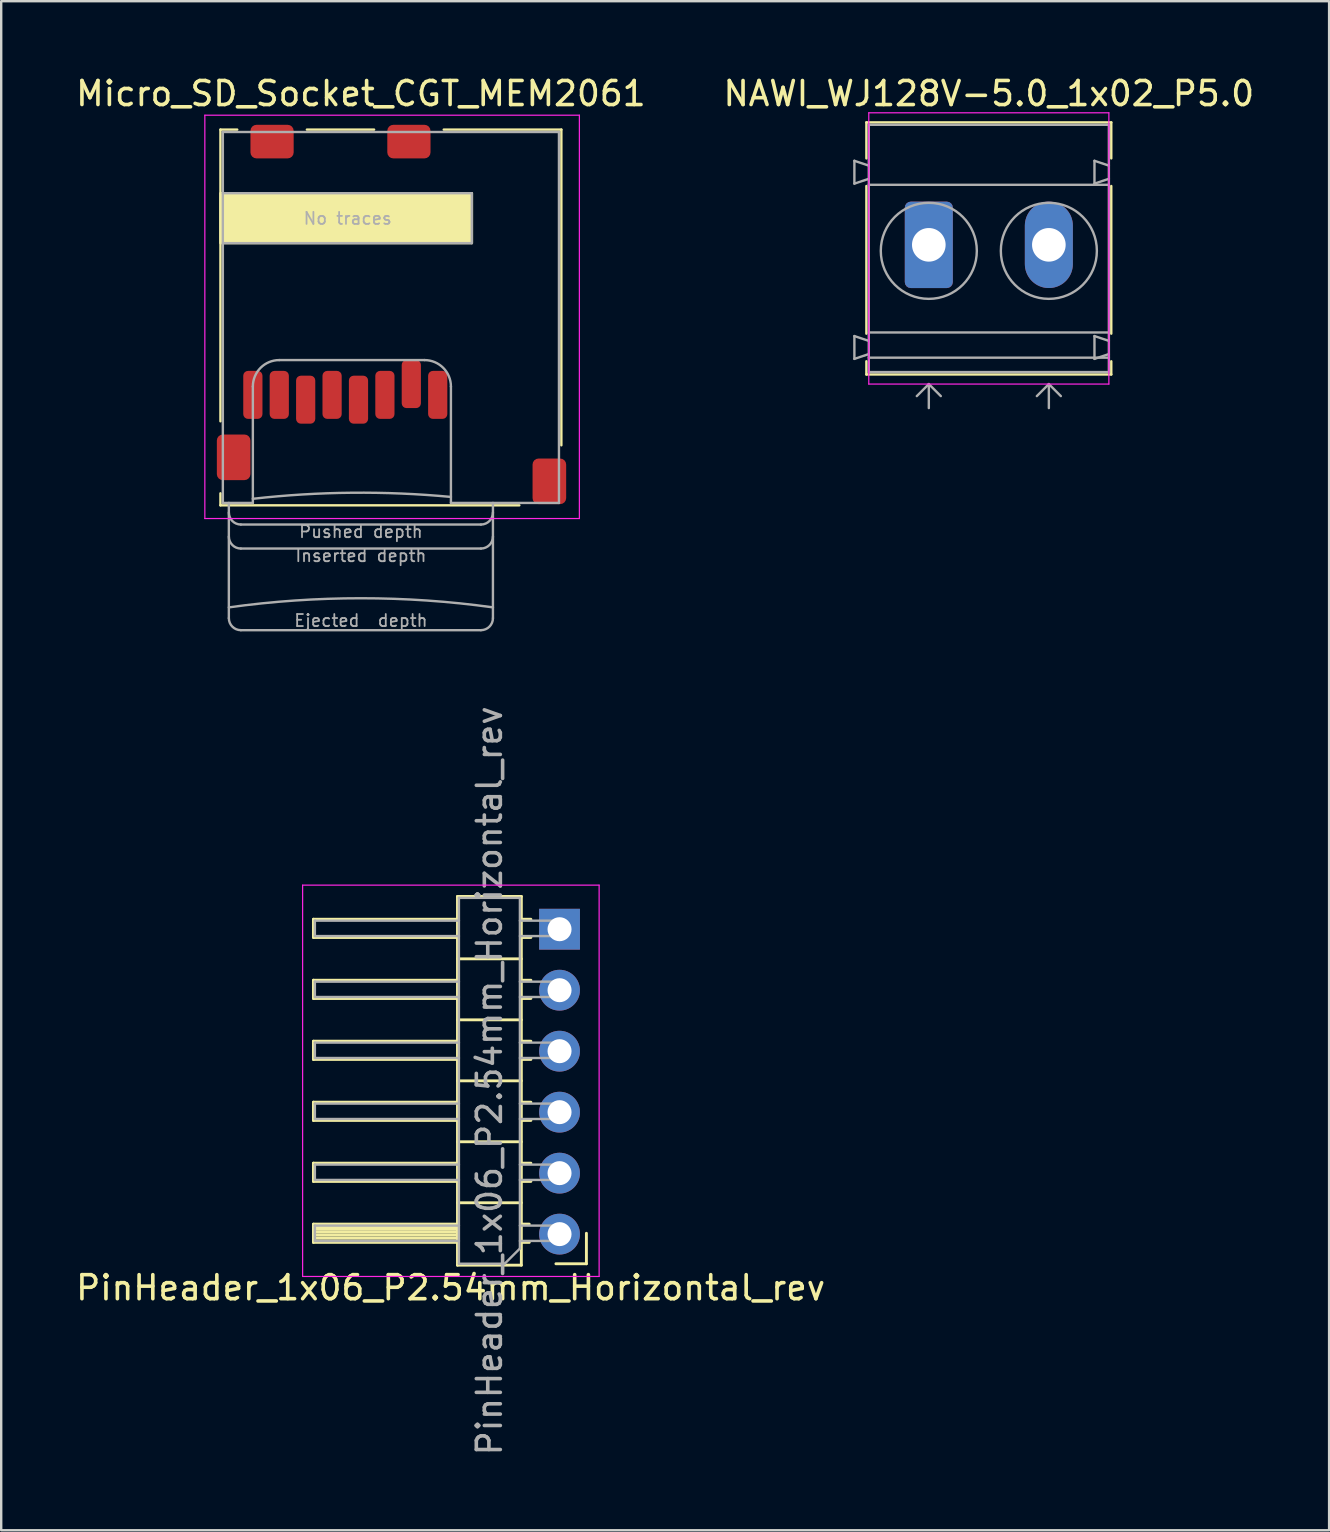
<source format=kicad_pcb>
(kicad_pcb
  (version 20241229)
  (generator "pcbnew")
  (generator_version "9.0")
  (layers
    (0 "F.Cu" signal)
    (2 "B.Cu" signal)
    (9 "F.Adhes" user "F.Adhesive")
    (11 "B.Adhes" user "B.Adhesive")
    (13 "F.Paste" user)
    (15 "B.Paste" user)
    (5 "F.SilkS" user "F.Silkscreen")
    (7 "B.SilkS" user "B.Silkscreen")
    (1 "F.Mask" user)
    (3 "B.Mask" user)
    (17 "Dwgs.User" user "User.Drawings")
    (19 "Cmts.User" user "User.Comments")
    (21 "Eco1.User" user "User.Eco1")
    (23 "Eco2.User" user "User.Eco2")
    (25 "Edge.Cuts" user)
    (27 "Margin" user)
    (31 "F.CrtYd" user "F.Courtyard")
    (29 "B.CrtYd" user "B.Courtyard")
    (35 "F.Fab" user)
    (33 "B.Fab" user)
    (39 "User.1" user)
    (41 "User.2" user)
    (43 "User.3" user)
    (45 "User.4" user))
  (footprint "NAWI_WJ128V-5.0_1x02_P5.0"
    (layer "F.Cu")
    (at 38.137 7.148)
    (property "Reference" "NAWI_WJ128V-5.0_1x02_P5.0" (at 0 -6.3 0) (layer "F.SilkS") (effects (font (size 1 1) (thickness 0.15))))
    (attr through_hole)
    (fp_line (start -5.1 -5.1) (end -5.1 -3.6) (stroke (width 0.1) (type solid)) (layer "F.SilkS"))
    (fp_line (start -5.1 -5.1) (end 5.1 -5.1) (stroke (width 0.1) (type solid)) (layer "F.SilkS"))
    (fp_line (start -5.1 -2.45) (end -5.1 3.7) (stroke (width 0.1) (type solid)) (layer "F.SilkS"))
    (fp_line (start -5.1 4.85) (end -5.1 5.4) (stroke (width 0.1) (type solid)) (layer "F.SilkS"))
    (fp_line (start -5.1 5.4) (end 5.1 5.4) (stroke (width 0.1) (type solid)) (layer "F.SilkS"))
    (fp_line (start 5.1 -5.1) (end 5.1 -3.6) (stroke (width 0.1) (type solid)) (layer "F.SilkS"))
    (fp_line (start 5.1 -2.45) (end 5.1 3.7) (stroke (width 0.1) (type solid)) (layer "F.SilkS"))
    (fp_line (start 5.1 4.85) (end 5.1 5.4) (stroke (width 0.1) (type solid)) (layer "F.SilkS"))
    (fp_line (start -5 -5.5) (end -5 5.8) (stroke (width 0.05) (type solid)) (layer "F.CrtYd"))
    (fp_line (start -5 5.8) (end 5 5.8) (stroke (width 0.05) (type solid)) (layer "F.CrtYd"))
    (fp_line (start 5 -5.5) (end -5 -5.5) (stroke (width 0.05) (type solid)) (layer "F.CrtYd"))
    (fp_line (start 5 5.8) (end 5 -5.5) (stroke (width 0.05) (type solid)) (layer "F.CrtYd"))
    (fp_line (start -5.6 -3.5) (end -5.6 -2.55) (stroke (width 0.1) (type solid)) (layer "F.Fab"))
    (fp_line (start -5.6 -2.55) (end -5 -2.75) (stroke (width 0.1) (type solid)) (layer "F.Fab"))
    (fp_line (start -5.6 3.8) (end -5.6 4.75) (stroke (width 0.1) (type solid)) (layer "F.Fab"))
    (fp_line (start -5.6 4.75) (end -5 4.55) (stroke (width 0.1) (type solid)) (layer "F.Fab"))
    (fp_line (start -5 -5) (end -5 5.3) (stroke (width 0.1) (type solid)) (layer "F.Fab"))
    (fp_line (start -5 -3.3) (end -5.6 -3.5) (stroke (width 0.1) (type solid)) (layer "F.Fab"))
    (fp_line (start -5 4) (end -5.6 3.8) (stroke (width 0.1) (type solid)) (layer "F.Fab"))
    (fp_line (start -5 5.3) (end 5 5.3) (stroke (width 0.1) (type solid)) (layer "F.Fab"))
    (fp_line (start -3 6.3) (end -2.5 5.8) (stroke (width 0.1) (type solid)) (layer "F.Fab"))
    (fp_line (start -2.5 5.8) (end -2.5 6.8) (stroke (width 0.1) (type solid)) (layer "F.Fab"))
    (fp_line (start -2.5 5.8) (end -2 6.3) (stroke (width 0.1) (type solid)) (layer "F.Fab"))
    (fp_line (start 2 6.3) (end 2.5 5.8) (stroke (width 0.1) (type solid)) (layer "F.Fab"))
    (fp_line (start 2.5 5.8) (end 2.5 6.8) (stroke (width 0.1) (type solid)) (layer "F.Fab"))
    (fp_line (start 2.5 5.8) (end 3 6.3) (stroke (width 0.1) (type solid)) (layer "F.Fab"))
    (fp_line (start 4.4 -3.5) (end 4.4 -2.55) (stroke (width 0.1) (type solid)) (layer "F.Fab"))
    (fp_line (start 4.4 -2.55) (end 5 -2.75) (stroke (width 0.1) (type solid)) (layer "F.Fab"))
    (fp_line (start 4.4 3.8) (end 4.4 4.75) (stroke (width 0.1) (type solid)) (layer "F.Fab"))
    (fp_line (start 4.4 4.75) (end 5 4.55) (stroke (width 0.1) (type solid)) (layer "F.Fab"))
    (fp_line (start 5 -5) (end -5 -5) (stroke (width 0.1) (type solid)) (layer "F.Fab"))
    (fp_line (start 5 -3.3) (end 4.4 -3.5) (stroke (width 0.1) (type solid)) (layer "F.Fab"))
    (fp_line (start 5 -2.5) (end -5 -2.5) (stroke (width 0.1) (type solid)) (layer "F.Fab"))
    (fp_line (start 5 3.65) (end -5 3.65) (stroke (width 0.1) (type solid)) (layer "F.Fab"))
    (fp_line (start 5 4) (end 4.4 3.8) (stroke (width 0.1) (type solid)) (layer "F.Fab"))
    (fp_line (start 5 4.7) (end -5 4.7) (stroke (width 0.1) (type solid)) (layer "F.Fab"))
    (fp_line (start 5 5.3) (end 5 -5) (stroke (width 0.1) (type solid)) (layer "F.Fab"))
    (fp_circle (center -2.5 0.25) (end -0.5 0.25) (stroke (width 0.1) (type solid)) (fill no) (layer "F.Fab"))
    (fp_circle (center 2.5 0.25) (end 4.5 0.25) (stroke (width 0.1) (type solid)) (fill no) (layer "F.Fab"))
    (pad "1" thru_hole roundrect (at -2.5 0) (size 2 3.6) (drill 1.4) (layers "*.Cu" "*.Mask") (roundrect_rratio 0.125))
    (pad "2" thru_hole oval (at 2.5 0) (size 2 3.6) (drill 1.4) (layers "*.Cu" "*.Mask")))
  (footprint "PinHeader_1x06_P2.54mm_Horizontal_rev"
    (layer "F.Cu")
    (at 20.256 35.654)
    (property "Reference" "PinHeader_1x06_P2.54mm_Horizontal_rev" (at -4.536 14.934 180) (layer "F.SilkS") (effects (font (size 1 1) (thickness 0.15))))
    (attr through_hole)
    (fp_line (start -10.251 -0.416) (end -4.251 -0.416) (stroke (width 0.12) (type solid)) (layer "F.SilkS"))
    (fp_line (start -10.251 0.344) (end -10.251 -0.416) (stroke (width 0.12) (type solid)) (layer "F.SilkS"))
    (fp_line (start -10.251 2.124) (end -4.251 2.124) (stroke (width 0.12) (type solid)) (layer "F.SilkS"))
    (fp_line (start -10.251 2.884) (end -10.251 2.124) (stroke (width 0.12) (type solid)) (layer "F.SilkS"))
    (fp_line (start -10.251 4.664) (end -4.251 4.664) (stroke (width 0.12) (type solid)) (layer "F.SilkS"))
    (fp_line (start -10.251 5.424) (end -10.251 4.664) (stroke (width 0.12) (type solid)) (layer "F.SilkS"))
    (fp_line (start -10.251 7.204) (end -4.251 7.204) (stroke (width 0.12) (type solid)) (layer "F.SilkS"))
    (fp_line (start -10.251 7.964) (end -10.251 7.204) (stroke (width 0.12) (type solid)) (layer "F.SilkS"))
    (fp_line (start -10.251 9.744) (end -4.251 9.744) (stroke (width 0.12) (type solid)) (layer "F.SilkS"))
    (fp_line (start -10.251 10.504) (end -10.251 9.744) (stroke (width 0.12) (type solid)) (layer "F.SilkS"))
    (fp_line (start -10.251 12.284) (end -4.251 12.284) (stroke (width 0.12) (type solid)) (layer "F.SilkS"))
    (fp_line (start -10.251 13.044) (end -10.251 12.284) (stroke (width 0.12) (type solid)) (layer "F.SilkS"))
    (fp_line (start -4.251 -1.366) (end -4.251 13.994) (stroke (width 0.12) (type solid)) (layer "F.SilkS"))
    (fp_line (start -4.251 0.344) (end -10.251 0.344) (stroke (width 0.12) (type solid)) (layer "F.SilkS"))
    (fp_line (start -4.251 2.884) (end -10.251 2.884) (stroke (width 0.12) (type solid)) (layer "F.SilkS"))
    (fp_line (start -4.251 5.424) (end -10.251 5.424) (stroke (width 0.12) (type solid)) (layer "F.SilkS"))
    (fp_line (start -4.251 7.964) (end -10.251 7.964) (stroke (width 0.12) (type solid)) (layer "F.SilkS"))
    (fp_line (start -4.251 10.504) (end -10.251 10.504) (stroke (width 0.12) (type solid)) (layer "F.SilkS"))
    (fp_line (start -4.251 12.384) (end -10.251 12.384) (stroke (width 0.12) (type solid)) (layer "F.SilkS"))
    (fp_line (start -4.251 12.504) (end -10.251 12.504) (stroke (width 0.12) (type solid)) (layer "F.SilkS"))
    (fp_line (start -4.251 12.624) (end -10.251 12.624) (stroke (width 0.12) (type solid)) (layer "F.SilkS"))
    (fp_line (start -4.251 12.744) (end -10.251 12.744) (stroke (width 0.12) (type solid)) (layer "F.SilkS"))
    (fp_line (start -4.251 12.864) (end -10.251 12.864) (stroke (width 0.12) (type solid)) (layer "F.SilkS"))
    (fp_line (start -4.251 12.984) (end -10.251 12.984) (stroke (width 0.12) (type solid)) (layer "F.SilkS"))
    (fp_line (start -4.251 13.044) (end -10.251 13.044) (stroke (width 0.12) (type solid)) (layer "F.SilkS"))
    (fp_line (start -4.251 13.994) (end -1.591 13.994) (stroke (width 0.12) (type solid)) (layer "F.SilkS"))
    (fp_line (start -1.591 -1.366) (end -4.251 -1.366) (stroke (width 0.12) (type solid)) (layer "F.SilkS"))
    (fp_line (start -1.591 1.234) (end -4.251 1.234) (stroke (width 0.12) (type solid)) (layer "F.SilkS"))
    (fp_line (start -1.591 3.774) (end -4.251 3.774) (stroke (width 0.12) (type solid)) (layer "F.SilkS"))
    (fp_line (start -1.591 6.314) (end -4.251 6.314) (stroke (width 0.12) (type solid)) (layer "F.SilkS"))
    (fp_line (start -1.591 8.854) (end -4.251 8.854) (stroke (width 0.12) (type solid)) (layer "F.SilkS"))
    (fp_line (start -1.591 11.394) (end -4.251 11.394) (stroke (width 0.12) (type solid)) (layer "F.SilkS"))
    (fp_line (start -1.591 13.994) (end -1.591 -1.366) (stroke (width 0.12) (type solid)) (layer "F.SilkS"))
    (fp_line (start -1.261 12.284) (end -1.591 12.284) (stroke (width 0.12) (type solid)) (layer "F.SilkS"))
    (fp_line (start -1.261 13.044) (end -1.591 13.044) (stroke (width 0.12) (type solid)) (layer "F.SilkS"))
    (fp_line (start -1.194 -0.416) (end -1.591 -0.416) (stroke (width 0.12) (type solid)) (layer "F.SilkS"))
    (fp_line (start -1.194 0.344) (end -1.591 0.344) (stroke (width 0.12) (type solid)) (layer "F.SilkS"))
    (fp_line (start -1.194 2.124) (end -1.591 2.124) (stroke (width 0.12) (type solid)) (layer "F.SilkS"))
    (fp_line (start -1.194 2.884) (end -1.591 2.884) (stroke (width 0.12) (type solid)) (layer "F.SilkS"))
    (fp_line (start -1.194 4.664) (end -1.591 4.664) (stroke (width 0.12) (type solid)) (layer "F.SilkS"))
    (fp_line (start -1.194 5.424) (end -1.591 5.424) (stroke (width 0.12) (type solid)) (layer "F.SilkS"))
    (fp_line (start -1.194 7.204) (end -1.591 7.204) (stroke (width 0.12) (type solid)) (layer "F.SilkS"))
    (fp_line (start -1.194 7.964) (end -1.591 7.964) (stroke (width 0.12) (type solid)) (layer "F.SilkS"))
    (fp_line (start -1.194 9.744) (end -1.591 9.744) (stroke (width 0.12) (type solid)) (layer "F.SilkS"))
    (fp_line (start -1.194 10.504) (end -1.591 10.504) (stroke (width 0.12) (type solid)) (layer "F.SilkS"))
    (fp_line (start 1.119 12.664) (end 1.119 13.934) (stroke (width 0.12) (type solid)) (layer "F.SilkS"))
    (fp_line (start 1.119 13.934) (end -0.151 13.934) (stroke (width 0.12) (type solid)) (layer "F.SilkS"))
    (fp_line (start -10.701 -1.836) (end -10.701 14.464) (stroke (width 0.05) (type solid)) (layer "F.CrtYd"))
    (fp_line (start -10.701 14.464) (end 1.649 14.464) (stroke (width 0.05) (type solid)) (layer "F.CrtYd"))
    (fp_line (start 1.649 -1.836) (end -10.701 -1.836) (stroke (width 0.05) (type solid)) (layer "F.CrtYd"))
    (fp_line (start 1.649 14.464) (end 1.649 -1.836) (stroke (width 0.05) (type solid)) (layer "F.CrtYd"))
    (fp_line (start -10.191 0.284) (end -10.191 -0.356) (stroke (width 0.1) (type solid)) (layer "F.Fab"))
    (fp_line (start -10.191 2.824) (end -10.191 2.184) (stroke (width 0.1) (type solid)) (layer "F.Fab"))
    (fp_line (start -10.191 5.364) (end -10.191 4.724) (stroke (width 0.1) (type solid)) (layer "F.Fab"))
    (fp_line (start -10.191 7.904) (end -10.191 7.264) (stroke (width 0.1) (type solid)) (layer "F.Fab"))
    (fp_line (start -10.191 10.444) (end -10.191 9.804) (stroke (width 0.1) (type solid)) (layer "F.Fab"))
    (fp_line (start -10.191 12.984) (end -10.191 12.344) (stroke (width 0.1) (type solid)) (layer "F.Fab"))
    (fp_line (start -4.191 -1.306) (end -1.651 -1.306) (stroke (width 0.1) (type solid)) (layer "F.Fab"))
    (fp_line (start -4.191 -0.356) (end -10.191 -0.356) (stroke (width 0.1) (type solid)) (layer "F.Fab"))
    (fp_line (start -4.191 0.284) (end -10.191 0.284) (stroke (width 0.1) (type solid)) (layer "F.Fab"))
    (fp_line (start -4.191 2.184) (end -10.191 2.184) (stroke (width 0.1) (type solid)) (layer "F.Fab"))
    (fp_line (start -4.191 2.824) (end -10.191 2.824) (stroke (width 0.1) (type solid)) (layer "F.Fab"))
    (fp_line (start -4.191 4.724) (end -10.191 4.724) (stroke (width 0.1) (type solid)) (layer "F.Fab"))
    (fp_line (start -4.191 5.364) (end -10.191 5.364) (stroke (width 0.1) (type solid)) (layer "F.Fab"))
    (fp_line (start -4.191 7.264) (end -10.191 7.264) (stroke (width 0.1) (type solid)) (layer "F.Fab"))
    (fp_line (start -4.191 7.904) (end -10.191 7.904) (stroke (width 0.1) (type solid)) (layer "F.Fab"))
    (fp_line (start -4.191 9.804) (end -10.191 9.804) (stroke (width 0.1) (type solid)) (layer "F.Fab"))
    (fp_line (start -4.191 10.444) (end -10.191 10.444) (stroke (width 0.1) (type solid)) (layer "F.Fab"))
    (fp_line (start -4.191 12.344) (end -10.191 12.344) (stroke (width 0.1) (type solid)) (layer "F.Fab"))
    (fp_line (start -4.191 12.984) (end -10.191 12.984) (stroke (width 0.1) (type solid)) (layer "F.Fab"))
    (fp_line (start -4.191 13.934) (end -4.191 -1.306) (stroke (width 0.1) (type solid)) (layer "F.Fab"))
    (fp_line (start -2.286 13.934) (end -4.191 13.934) (stroke (width 0.1) (type solid)) (layer "F.Fab"))
    (fp_line (start -1.651 -1.306) (end -1.651 13.299) (stroke (width 0.1) (type solid)) (layer "F.Fab"))
    (fp_line (start -1.651 13.299) (end -2.286 13.934) (stroke (width 0.1) (type solid)) (layer "F.Fab"))
    (fp_line (start 0.169 -0.356) (end -1.651 -0.356) (stroke (width 0.1) (type solid)) (layer "F.Fab"))
    (fp_line (start 0.169 0.284) (end -1.651 0.284) (stroke (width 0.1) (type solid)) (layer "F.Fab"))
    (fp_line (start 0.169 0.284) (end 0.169 -0.356) (stroke (width 0.1) (type solid)) (layer "F.Fab"))
    (fp_line (start 0.169 2.184) (end -1.651 2.184) (stroke (width 0.1) (type solid)) (layer "F.Fab"))
    (fp_line (start 0.169 2.824) (end -1.651 2.824) (stroke (width 0.1) (type solid)) (layer "F.Fab"))
    (fp_line (start 0.169 2.824) (end 0.169 2.184) (stroke (width 0.1) (type solid)) (layer "F.Fab"))
    (fp_line (start 0.169 4.724) (end -1.651 4.724) (stroke (width 0.1) (type solid)) (layer "F.Fab"))
    (fp_line (start 0.169 5.364) (end -1.651 5.364) (stroke (width 0.1) (type solid)) (layer "F.Fab"))
    (fp_line (start 0.169 5.364) (end 0.169 4.724) (stroke (width 0.1) (type solid)) (layer "F.Fab"))
    (fp_line (start 0.169 7.264) (end -1.651 7.264) (stroke (width 0.1) (type solid)) (layer "F.Fab"))
    (fp_line (start 0.169 7.904) (end -1.651 7.904) (stroke (width 0.1) (type solid)) (layer "F.Fab"))
    (fp_line (start 0.169 7.904) (end 0.169 7.264) (stroke (width 0.1) (type solid)) (layer "F.Fab"))
    (fp_line (start 0.169 9.804) (end -1.651 9.804) (stroke (width 0.1) (type solid)) (layer "F.Fab"))
    (fp_line (start 0.169 10.444) (end -1.651 10.444) (stroke (width 0.1) (type solid)) (layer "F.Fab"))
    (fp_line (start 0.169 10.444) (end 0.169 9.804) (stroke (width 0.1) (type solid)) (layer "F.Fab"))
    (fp_line (start 0.169 12.344) (end -1.651 12.344) (stroke (width 0.1) (type solid)) (layer "F.Fab"))
    (fp_line (start 0.169 12.984) (end -1.651 12.984) (stroke (width 0.1) (type solid)) (layer "F.Fab"))
    (fp_line (start 0.169 12.984) (end 0.169 12.344) (stroke (width 0.1) (type solid)) (layer "F.Fab"))
    (fp_text user "${REFERENCE}" (at -2.921 6.314 270) (layer "F.Fab") (effects (font (size 1 1) (thickness 0.15))))
    (pad "1" thru_hole rect (at 0 0) (size 1.7 1.7) (drill 1) (layers "*.Cu" "*.Mask"))
    (pad "2" thru_hole oval (at 0 2.54) (size 1.7 1.7) (drill 1) (layers "*.Cu" "*.Mask"))
    (pad "3" thru_hole oval (at 0 5.08) (size 1.7 1.7) (drill 1) (layers "*.Cu" "*.Mask"))
    (pad "4" thru_hole oval (at 0 7.62) (size 1.7 1.7) (drill 1) (layers "*.Cu" "*.Mask"))
    (pad "5" thru_hole oval (at 0 10.16) (size 1.7 1.7) (drill 1) (layers "*.Cu" "*.Mask"))
    (pad "6" thru_hole oval (at 0 12.7) (size 1.7 1.7) (drill 1) (layers "*.Cu" "*.Mask")))
  (footprint "Micro_SD_Socket_CGT_MEM2061"
    (layer "F.Cu")
    (at 11.982 10.148)
    (property "Reference" "Micro_SD_Socket_CGT_MEM2061" (at 0 -9.3 0) (layer "F.SilkS") (effects (font (size 1 1) (thickness 0.15))))
    (attr smd)
    (fp_line (start -5.85 -7.8) (end -5.15 -7.8) (stroke (width 0.1) (type solid)) (layer "F.SilkS"))
    (fp_line (start -5.85 4.35) (end -5.85 -7.8) (stroke (width 0.1) (type solid)) (layer "F.SilkS"))
    (fp_line (start -5.85 7.35) (end -5.85 7.85) (stroke (width 0.1) (type solid)) (layer "F.SilkS"))
    (fp_line (start -5.85 7.85) (end 6.6 7.85) (stroke (width 0.1) (type solid)) (layer "F.SilkS"))
    (fp_line (start -2.25 -7.8) (end 0.55 -7.8) (stroke (width 0.1) (type solid)) (layer "F.SilkS"))
    (fp_line (start 3.45 -7.8) (end 8.35 -7.8) (stroke (width 0.1) (type solid)) (layer "F.SilkS"))
    (fp_line (start 8.35 5.35) (end 8.35 -7.8) (stroke (width 0.1) (type solid)) (layer "F.SilkS"))
    (fp_poly (pts (xy 4.625 -3.075) (xy -5.85 -3.075) (xy -5.85 -5.15) (xy 4.625 -5.15)) (stroke (width 0.1) (type solid)) (fill yes) (layer "F.SilkS"))
    (fp_line (start -6.5 -8.4) (end -6.5 8.4) (stroke (width 0.05) (type solid)) (layer "F.CrtYd"))
    (fp_line (start -6.5 8.4) (end 9.1 8.4) (stroke (width 0.05) (type solid)) (layer "F.CrtYd"))
    (fp_line (start 9.1 -8.4) (end -6.5 -8.4) (stroke (width 0.05) (type solid)) (layer "F.CrtYd"))
    (fp_line (start 9.1 8.4) (end 9.1 -8.4) (stroke (width 0.05) (type solid)) (layer "F.CrtYd"))
    (fp_line (start -5.75 -7.7) (end -5.75 7.75) (stroke (width 0.1) (type solid)) (layer "F.Fab"))
    (fp_line (start -5.75 -7.7) (end 8.25 -7.7) (stroke (width 0.1) (type solid)) (layer "F.Fab"))
    (fp_line (start -5.75 -5.15) (end 4.62 -5.15) (stroke (width 0.1) (type solid)) (layer "F.Fab"))
    (fp_line (start -5.75 -3.07) (end 4.62 -3.07) (stroke (width 0.1) (type solid)) (layer "F.Fab"))
    (fp_line (start -5.5 7.75) (end -5.5 12.55) (stroke (width 0.1) (type solid)) (layer "F.Fab"))
    (fp_line (start -5 8.65) (end 5 8.65) (stroke (width 0.1) (type solid)) (layer "F.Fab"))
    (fp_line (start -5 9.65) (end 5 9.65) (stroke (width 0.1) (type solid)) (layer "F.Fab"))
    (fp_line (start -5 13.05) (end 5 13.05) (stroke (width 0.1) (type solid)) (layer "F.Fab"))
    (fp_line (start -4.5 7.75) (end -5.75 7.75) (stroke (width 0.1) (type solid)) (layer "F.Fab"))
    (fp_line (start -4.5 7.75) (end -4.5 2.9) (stroke (width 0.1) (type solid)) (layer "F.Fab"))
    (fp_line (start -3.4 1.8) (end 2.65 1.8) (stroke (width 0.1) (type solid)) (layer "F.Fab"))
    (fp_line (start 3.75 2.9) (end 3.75 7.75) (stroke (width 0.1) (type solid)) (layer "F.Fab"))
    (fp_line (start 4.62 -5.15) (end 4.62 -3.07) (stroke (width 0.1) (type solid)) (layer "F.Fab"))
    (fp_line (start 5.5 7.75) (end 5.5 12.55) (stroke (width 0.1) (type solid)) (layer "F.Fab"))
    (fp_line (start 8.25 -7.7) (end 8.25 7.75) (stroke (width 0.1) (type solid)) (layer "F.Fab"))
    (fp_line (start 8.25 7.75) (end 3.75 7.75) (stroke (width 0.1) (type solid)) (layer "F.Fab"))
    (fp_arc (start -5.5 12.100001) (mid 0 11.720356) (end 5.499999 12.100001) (stroke (width 0.1) (type solid)) (layer "F.Fab"))
    (fp_arc (start -5 8.65) (mid -5.353553 8.503553) (end -5.5 8.15) (stroke (width 0.1) (type solid)) (layer "F.Fab"))
    (fp_arc (start -5 9.65) (mid -5.353553 9.503553) (end -5.5 9.15) (stroke (width 0.1) (type solid)) (layer "F.Fab"))
    (fp_arc (start -5 13.05) (mid -5.353553 12.903553) (end -5.5 12.55) (stroke (width 0.1) (type solid)) (layer "F.Fab"))
    (fp_arc (start -4.502491 7.577993) (mid -0.378261 7.325734) (end 3.75 7.5) (stroke (width 0.1) (type solid)) (layer "F.Fab"))
    (fp_arc (start -4.5 2.9) (mid -4.177817 2.122183) (end -3.4 1.8) (stroke (width 0.1) (type solid)) (layer "F.Fab"))
    (fp_arc (start 2.65 1.8) (mid 3.427817 2.122183) (end 3.75 2.9) (stroke (width 0.1) (type solid)) (layer "F.Fab"))
    (fp_arc (start 5.5 8.15) (mid 5.353553 8.503553) (end 5 8.65) (stroke (width 0.1) (type solid)) (layer "F.Fab"))
    (fp_arc (start 5.5 9.15) (mid 5.353553 9.503553) (end 5 9.65) (stroke (width 0.1) (type solid)) (layer "F.Fab"))
    (fp_arc (start 5.5 12.55) (mid 5.353553 12.903553) (end 5 13.05) (stroke (width 0.1) (type solid)) (layer "F.Fab"))
    (fp_text user "No traces" (at -0.55 -4.1 0) (layer "F.Fab") (effects (font (size 0.5 0.5) (thickness 0.075))))
    (fp_text user "Pushed depth" (at 0 8.95 0) (unlocked yes) (layer "F.Fab") (effects (font (size 0.5 0.5) (thickness 0.075))))
    (fp_text user "Inserted depth" (at 0 9.95 0) (unlocked yes) (layer "F.Fab") (effects (font (size 0.5 0.5) (thickness 0.075))))
    (fp_text user "Ejected  depth" (at 0 12.65 0) (unlocked yes) (layer "F.Fab") (effects (font (size 0.5 0.5) (thickness 0.075))))
    (pad "1" smd roundrect (at 3.2 3.25) (size 0.8 2) (layers "F.Cu" "F.Mask" "F.Paste") (roundrect_rratio 0.25))
    (pad "2" smd roundrect (at 2.1 2.8) (size 0.8 2) (layers "F.Cu" "F.Mask" "F.Paste") (roundrect_rratio 0.25))
    (pad "3" smd roundrect (at 1 3.25) (size 0.8 2) (layers "F.Cu" "F.Mask" "F.Paste") (roundrect_rratio 0.25))
    (pad "4" smd roundrect (at -0.1 3.45) (size 0.8 2) (layers "F.Cu" "F.Mask" "F.Paste") (roundrect_rratio 0.25))
    (pad "5" smd roundrect (at -1.2 3.25) (size 0.8 2) (layers "F.Cu" "F.Mask" "F.Paste") (roundrect_rratio 0.25))
    (pad "6" smd roundrect (at -2.3 3.45) (size 0.8 2) (layers "F.Cu" "F.Mask" "F.Paste") (roundrect_rratio 0.25))
    (pad "7" smd roundrect (at -3.4 3.25) (size 0.8 2) (layers "F.Cu" "F.Mask" "F.Paste") (roundrect_rratio 0.25))
    (pad "8" smd roundrect (at -4.5 3.25) (size 0.8 2) (layers "F.Cu" "F.Mask" "F.Paste") (roundrect_rratio 0.25))
    (pad "9" smd roundrect (at -3.7 -7.3) (size 1.8 1.4) (layers "F.Cu" "F.Mask" "F.Paste") (roundrect_rratio 0.179))
    (pad "10" smd roundrect (at 2 -7.3) (size 1.8 1.4) (layers "F.Cu" "F.Mask" "F.Paste") (roundrect_rratio 0.179))
    (pad "SH" smd roundrect (at -5.3 5.85) (size 1.4 1.9) (layers "F.Cu" "F.Mask" "F.Paste") (roundrect_rratio 0.179))
    (pad "SH" smd roundrect (at 7.85 6.85) (size 1.4 1.9) (layers "F.Cu" "F.Mask" "F.Paste") (roundrect_rratio 0.179)))
  (gr_rect
    (start -3 -3)
    (end 52.31 60.689)
    (stroke (width 0.1) (type default))
    (fill no)
    (layer "Edge.Cuts")))
</source>
